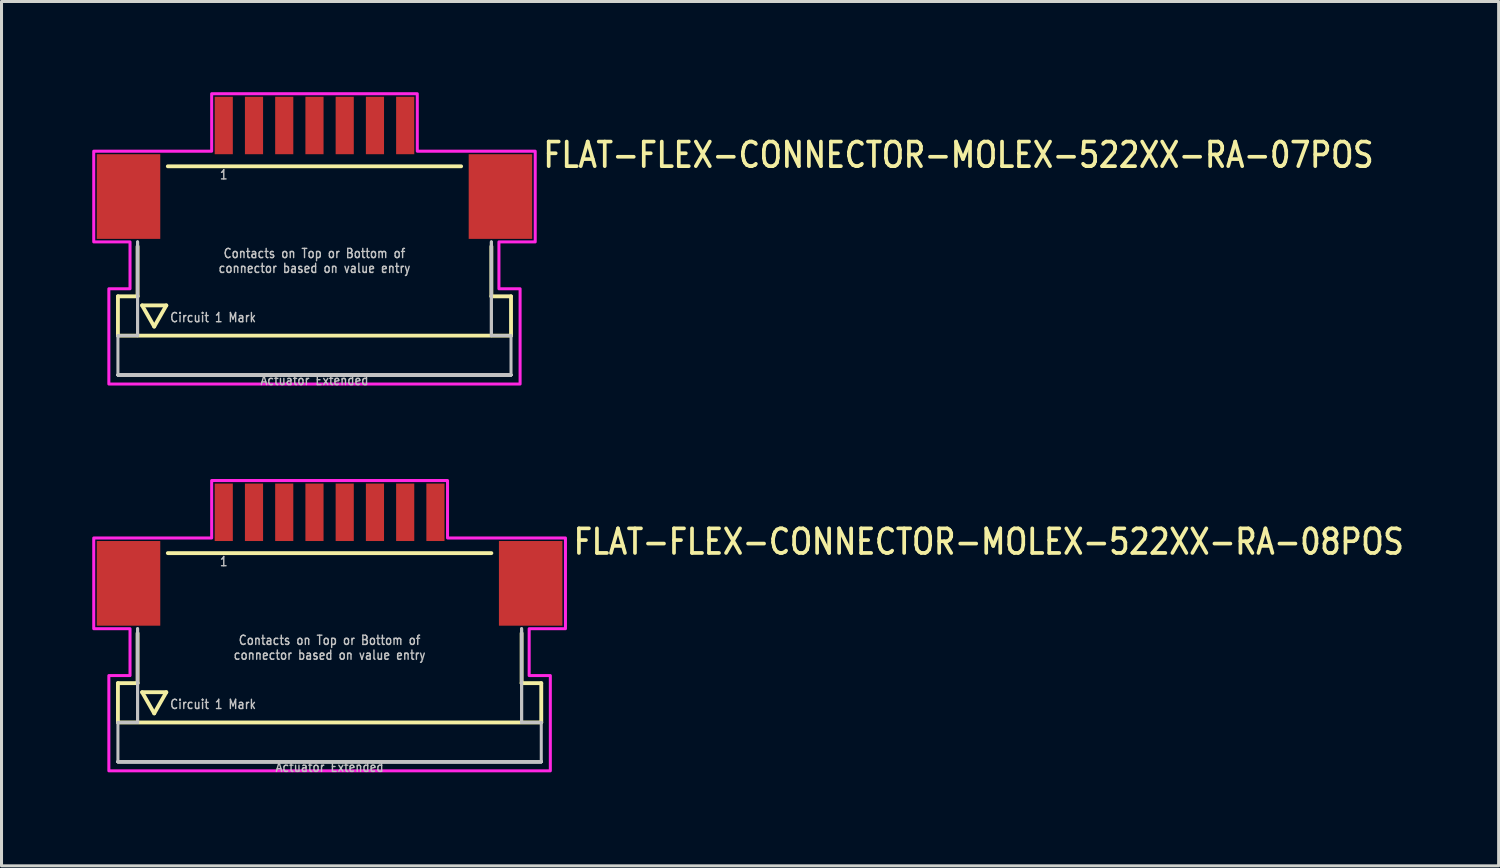
<source format=kicad_pcb>
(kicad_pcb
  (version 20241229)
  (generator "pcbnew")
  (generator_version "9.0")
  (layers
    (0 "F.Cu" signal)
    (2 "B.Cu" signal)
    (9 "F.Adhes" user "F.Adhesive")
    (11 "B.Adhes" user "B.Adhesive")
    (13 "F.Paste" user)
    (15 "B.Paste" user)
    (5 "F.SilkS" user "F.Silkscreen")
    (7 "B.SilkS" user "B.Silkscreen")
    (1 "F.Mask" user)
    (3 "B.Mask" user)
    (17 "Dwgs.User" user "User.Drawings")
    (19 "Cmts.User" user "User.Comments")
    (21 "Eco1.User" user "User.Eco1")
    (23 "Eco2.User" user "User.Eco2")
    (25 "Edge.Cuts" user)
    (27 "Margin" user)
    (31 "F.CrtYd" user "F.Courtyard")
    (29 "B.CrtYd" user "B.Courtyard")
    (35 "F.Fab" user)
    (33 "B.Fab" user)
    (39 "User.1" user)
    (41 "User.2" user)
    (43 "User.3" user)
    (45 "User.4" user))
  (footprint "FLAT-FLEX-CONNECTOR-MOLEX-522XX-RA-07POS"
    (layer "F.Cu")
    (at 7.35 2.05)
    (property "Reference" "FLAT-FLEX-CONNECTOR-MOLEX-522XX-RA-07POS" (at 7.5 0.5 0) (unlocked yes) (layer "F.SilkS") (effects (font (size 0.813 0.695) (thickness 0.122)) (justify left bottom)))
    (fp_line (start -6.5 4.7) (end -6.5 6) (stroke (width 0.127) (type solid)) (layer "F.SilkS"))
    (fp_line (start -6.5 6) (end 6.5 6) (stroke (width 0.127) (type solid)) (layer "F.SilkS"))
    (fp_line (start -5.85 3.05) (end -5.85 4.7) (stroke (width 0.127) (type solid)) (layer "F.SilkS"))
    (fp_line (start -5.85 4.7) (end -6.5 4.7) (stroke (width 0.127) (type solid)) (layer "F.SilkS"))
    (fp_line (start -5.7 5) (end -4.9 5) (stroke (width 0.127) (type solid)) (layer "F.SilkS"))
    (fp_line (start -5.3 5.7) (end -5.7 5) (stroke (width 0.127) (type solid)) (layer "F.SilkS"))
    (fp_line (start -4.9 5) (end -5.3 5.7) (stroke (width 0.127) (type solid)) (layer "F.SilkS"))
    (fp_line (start -4.85 0.4) (end 4.85 0.4) (stroke (width 0.127) (type solid)) (layer "F.SilkS"))
    (fp_line (start 5.85 3.05) (end 5.85 4.7) (stroke (width 0.127) (type solid)) (layer "F.SilkS"))
    (fp_line (start 6.5 4.7) (end 5.85 4.7) (stroke (width 0.127) (type solid)) (layer "F.SilkS"))
    (fp_line (start 6.5 6) (end 6.5 4.7) (stroke (width 0.127) (type solid)) (layer "F.SilkS"))
    (fp_line (start -6.5 6) (end -6.5 7.3) (stroke (width 0.1) (type solid)) (layer "Dwgs.User"))
    (fp_line (start -6.5 7.3) (end 6.5 7.3) (stroke (width 0.1) (type solid)) (layer "Dwgs.User"))
    (fp_line (start -6.5 7.3) (end 6.5 7.3) (stroke (width 0.1) (type solid)) (layer "Dwgs.User"))
    (fp_line (start -6.5 7.3) (end 6.5 7.3) (stroke (width 0.1) (type solid)) (layer "Dwgs.User"))
    (fp_line (start -6.5 7.3) (end 6.5 7.3) (stroke (width 0.1) (type solid)) (layer "Dwgs.User"))
    (fp_line (start -6.5 7.3) (end 6.5 7.3) (stroke (width 0.1) (type solid)) (layer "Dwgs.User"))
    (fp_line (start -6.5 7.3) (end 6.5 7.3) (stroke (width 0.1) (type solid)) (layer "Dwgs.User"))
    (fp_line (start -6.5 7.3) (end 6.5 7.3) (stroke (width 0.1) (type solid)) (layer "Dwgs.User"))
    (fp_line (start -5.85 2.9) (end -5.85 6) (stroke (width 0.1) (type solid)) (layer "Dwgs.User"))
    (fp_line (start -5.85 2.9) (end -5.85 6) (stroke (width 0.1) (type solid)) (layer "Dwgs.User"))
    (fp_line (start -5.85 6) (end -6.5 6) (stroke (width 0.1) (type solid)) (layer "Dwgs.User"))
    (fp_line (start 5.85 2.9) (end 5.85 6) (stroke (width 0.1) (type solid)) (layer "Dwgs.User"))
    (fp_line (start 5.85 2.9) (end 5.85 6) (stroke (width 0.1) (type solid)) (layer "Dwgs.User"))
    (fp_line (start 6.5 6) (end 5.85 6) (stroke (width 0.1) (type solid)) (layer "Dwgs.User"))
    (fp_line (start 6.5 7.3) (end 6.5 6) (stroke (width 0.1) (type solid)) (layer "Dwgs.User"))
    (fp_poly (pts (xy -7.3 2.9) (xy -7.3 -0.1) (xy -3.4 -0.1) (xy -3.4 -2) (xy 3.4 -2) (xy 3.4 -0.1) (xy 7.3 -0.1) (xy 7.3 2.9) (xy 6.1 2.9) (xy 6.1 4.45) (xy 6.8 4.45) (xy 6.8 7.6) (xy -6.8 7.6) (xy -6.8 4.45) (xy -6.1 4.45) (xy -6.1 2.9)) (stroke (width 0.1) (type solid)) (fill no) (layer "F.CrtYd"))
    (fp_text user "Actuator Extended" (at 0 7.3 0) (unlocked yes) (layer "Dwgs.User") (effects (font (size 0.305 0.261) (thickness 0.046)) (justify top)))
    (fp_text user "1" (at -3 0.5 0) (unlocked yes) (layer "Dwgs.User") (effects (font (size 0.305 0.261) (thickness 0.046)) (justify top)))
    (fp_text user "Contacts on Top or Bottom of\nconnector based on value entry" (at 0 3.95 0) (unlocked yes) (layer "Dwgs.User") (effects (font (size 0.305 0.261) (thickness 0.046)) (justify bottom)))
    (fp_text user "Circuit 1 Mark" (at -4.8 5.4 0) (unlocked yes) (layer "Dwgs.User") (effects (font (size 0.305 0.261) (thickness 0.046)) (justify left)))
    (pad "1" smd rect (at -3 -0.95) (size 0.6 1.9) (layers "F.Cu" "F.Mask" "F.Paste"))
    (pad "2" smd rect (at -2 -0.95) (size 0.6 1.9) (layers "F.Cu" "F.Mask" "F.Paste"))
    (pad "3" smd rect (at -1 -0.95) (size 0.6 1.9) (layers "F.Cu" "F.Mask" "F.Paste"))
    (pad "4" smd rect (at 0 -0.95) (size 0.6 1.9) (layers "F.Cu" "F.Mask" "F.Paste"))
    (pad "5" smd rect (at 1 -0.95) (size 0.6 1.9) (layers "F.Cu" "F.Mask" "F.Paste"))
    (pad "6" smd rect (at 2 -0.95) (size 0.6 1.9) (layers "F.Cu" "F.Mask" "F.Paste"))
    (pad "7" smd rect (at 3 -0.95) (size 0.6 1.9) (layers "F.Cu" "F.Mask" "F.Paste"))
    (pad "M1" smd rect (at -6.15 1.4) (size 2.1 2.8) (layers "F.Cu" "F.Mask" "F.Paste"))
    (pad "M2" smd rect (at 6.15 1.4) (size 2.1 2.8) (layers "F.Cu" "F.Mask" "F.Paste")))
  (footprint "FLAT-FLEX-CONNECTOR-MOLEX-522XX-RA-08POS"
    (layer "F.Cu")
    (at 7.85 14.842)
    (property "Reference" "FLAT-FLEX-CONNECTOR-MOLEX-522XX-RA-08POS" (at 8 0.5 0) (unlocked yes) (layer "F.SilkS") (effects (font (size 0.813 0.695) (thickness 0.122)) (justify left bottom)))
    (fp_line (start -7 4.7) (end -7 6) (stroke (width 0.127) (type solid)) (layer "F.SilkS"))
    (fp_line (start -7 6) (end 7 6) (stroke (width 0.127) (type solid)) (layer "F.SilkS"))
    (fp_line (start -6.35 3.05) (end -6.35 4.7) (stroke (width 0.127) (type solid)) (layer "F.SilkS"))
    (fp_line (start -6.35 4.7) (end -7 4.7) (stroke (width 0.127) (type solid)) (layer "F.SilkS"))
    (fp_line (start -6.2 5) (end -5.4 5) (stroke (width 0.127) (type solid)) (layer "F.SilkS"))
    (fp_line (start -5.8 5.7) (end -6.2 5) (stroke (width 0.127) (type solid)) (layer "F.SilkS"))
    (fp_line (start -5.4 5) (end -5.8 5.7) (stroke (width 0.127) (type solid)) (layer "F.SilkS"))
    (fp_line (start -5.35 0.4) (end 5.35 0.4) (stroke (width 0.127) (type solid)) (layer "F.SilkS"))
    (fp_line (start 6.35 3.05) (end 6.35 4.7) (stroke (width 0.127) (type solid)) (layer "F.SilkS"))
    (fp_line (start 7 4.7) (end 6.35 4.7) (stroke (width 0.127) (type solid)) (layer "F.SilkS"))
    (fp_line (start 7 6) (end 7 4.7) (stroke (width 0.127) (type solid)) (layer "F.SilkS"))
    (fp_line (start -7 6) (end -7 7.3) (stroke (width 0.1) (type solid)) (layer "Dwgs.User"))
    (fp_line (start -7 7.3) (end 7 7.3) (stroke (width 0.1) (type solid)) (layer "Dwgs.User"))
    (fp_line (start -7 7.3) (end 7 7.3) (stroke (width 0.1) (type solid)) (layer "Dwgs.User"))
    (fp_line (start -7 7.3) (end 7 7.3) (stroke (width 0.1) (type solid)) (layer "Dwgs.User"))
    (fp_line (start -7 7.3) (end 7 7.3) (stroke (width 0.1) (type solid)) (layer "Dwgs.User"))
    (fp_line (start -7 7.3) (end 7 7.3) (stroke (width 0.1) (type solid)) (layer "Dwgs.User"))
    (fp_line (start -7 7.3) (end 7 7.3) (stroke (width 0.1) (type solid)) (layer "Dwgs.User"))
    (fp_line (start -7 7.3) (end 7 7.3) (stroke (width 0.1) (type solid)) (layer "Dwgs.User"))
    (fp_line (start -6.35 2.9) (end -6.35 6) (stroke (width 0.1) (type solid)) (layer "Dwgs.User"))
    (fp_line (start -6.35 2.9) (end -6.35 6) (stroke (width 0.1) (type solid)) (layer "Dwgs.User"))
    (fp_line (start -6.35 6) (end -7 6) (stroke (width 0.1) (type solid)) (layer "Dwgs.User"))
    (fp_line (start 6.35 2.9) (end 6.35 6) (stroke (width 0.1) (type solid)) (layer "Dwgs.User"))
    (fp_line (start 6.35 2.9) (end 6.35 6) (stroke (width 0.1) (type solid)) (layer "Dwgs.User"))
    (fp_line (start 7 6) (end 6.35 6) (stroke (width 0.1) (type solid)) (layer "Dwgs.User"))
    (fp_line (start 7 7.3) (end 7 6) (stroke (width 0.1) (type solid)) (layer "Dwgs.User"))
    (fp_poly (pts (xy -7.8 2.9) (xy -7.8 -0.1) (xy -3.9 -0.1) (xy -3.9 -2) (xy 3.9 -2) (xy 3.9 -0.1) (xy 7.8 -0.1) (xy 7.8 2.9) (xy 6.6 2.9) (xy 6.6 4.45) (xy 7.3 4.45) (xy 7.3 7.6) (xy -7.3 7.6) (xy -7.3 4.45) (xy -6.6 4.45) (xy -6.6 2.9)) (stroke (width 0.1) (type solid)) (fill no) (layer "F.CrtYd"))
    (fp_text user "Circuit 1 Mark" (at -5.3 5.4 0) (unlocked yes) (layer "Dwgs.User") (effects (font (size 0.305 0.261) (thickness 0.046)) (justify left)))
    (fp_text user "Actuator Extended" (at 0 7.3 0) (unlocked yes) (layer "Dwgs.User") (effects (font (size 0.305 0.261) (thickness 0.046)) (justify top)))
    (fp_text user "1" (at -3.5 0.5 0) (unlocked yes) (layer "Dwgs.User") (effects (font (size 0.305 0.261) (thickness 0.046)) (justify top)))
    (fp_text user "Contacts on Top or Bottom of\nconnector based on value entry" (at 0 3.95 0) (unlocked yes) (layer "Dwgs.User") (effects (font (size 0.305 0.261) (thickness 0.046)) (justify bottom)))
    (pad "1" smd rect (at -3.5 -0.95) (size 0.6 1.9) (layers "F.Cu" "F.Mask" "F.Paste"))
    (pad "2" smd rect (at -2.5 -0.95) (size 0.6 1.9) (layers "F.Cu" "F.Mask" "F.Paste"))
    (pad "3" smd rect (at -1.5 -0.95) (size 0.6 1.9) (layers "F.Cu" "F.Mask" "F.Paste"))
    (pad "4" smd rect (at -0.5 -0.95) (size 0.6 1.9) (layers "F.Cu" "F.Mask" "F.Paste"))
    (pad "5" smd rect (at 0.5 -0.95) (size 0.6 1.9) (layers "F.Cu" "F.Mask" "F.Paste"))
    (pad "6" smd rect (at 1.5 -0.95) (size 0.6 1.9) (layers "F.Cu" "F.Mask" "F.Paste"))
    (pad "7" smd rect (at 2.5 -0.95) (size 0.6 1.9) (layers "F.Cu" "F.Mask" "F.Paste"))
    (pad "8" smd rect (at 3.5 -0.95) (size 0.6 1.9) (layers "F.Cu" "F.Mask" "F.Paste"))
    (pad "M1" smd rect (at -6.65 1.4) (size 2.1 2.8) (layers "F.Cu" "F.Mask" "F.Paste"))
    (pad "M2" smd rect (at 6.65 1.4) (size 2.1 2.8) (layers "F.Cu" "F.Mask" "F.Paste")))
  (gr_rect
    (start -3 -3)
    (end 46.511 25.584)
    (stroke (width 0.1) (type default))
    (fill no)
    (layer "Edge.Cuts")))
</source>
